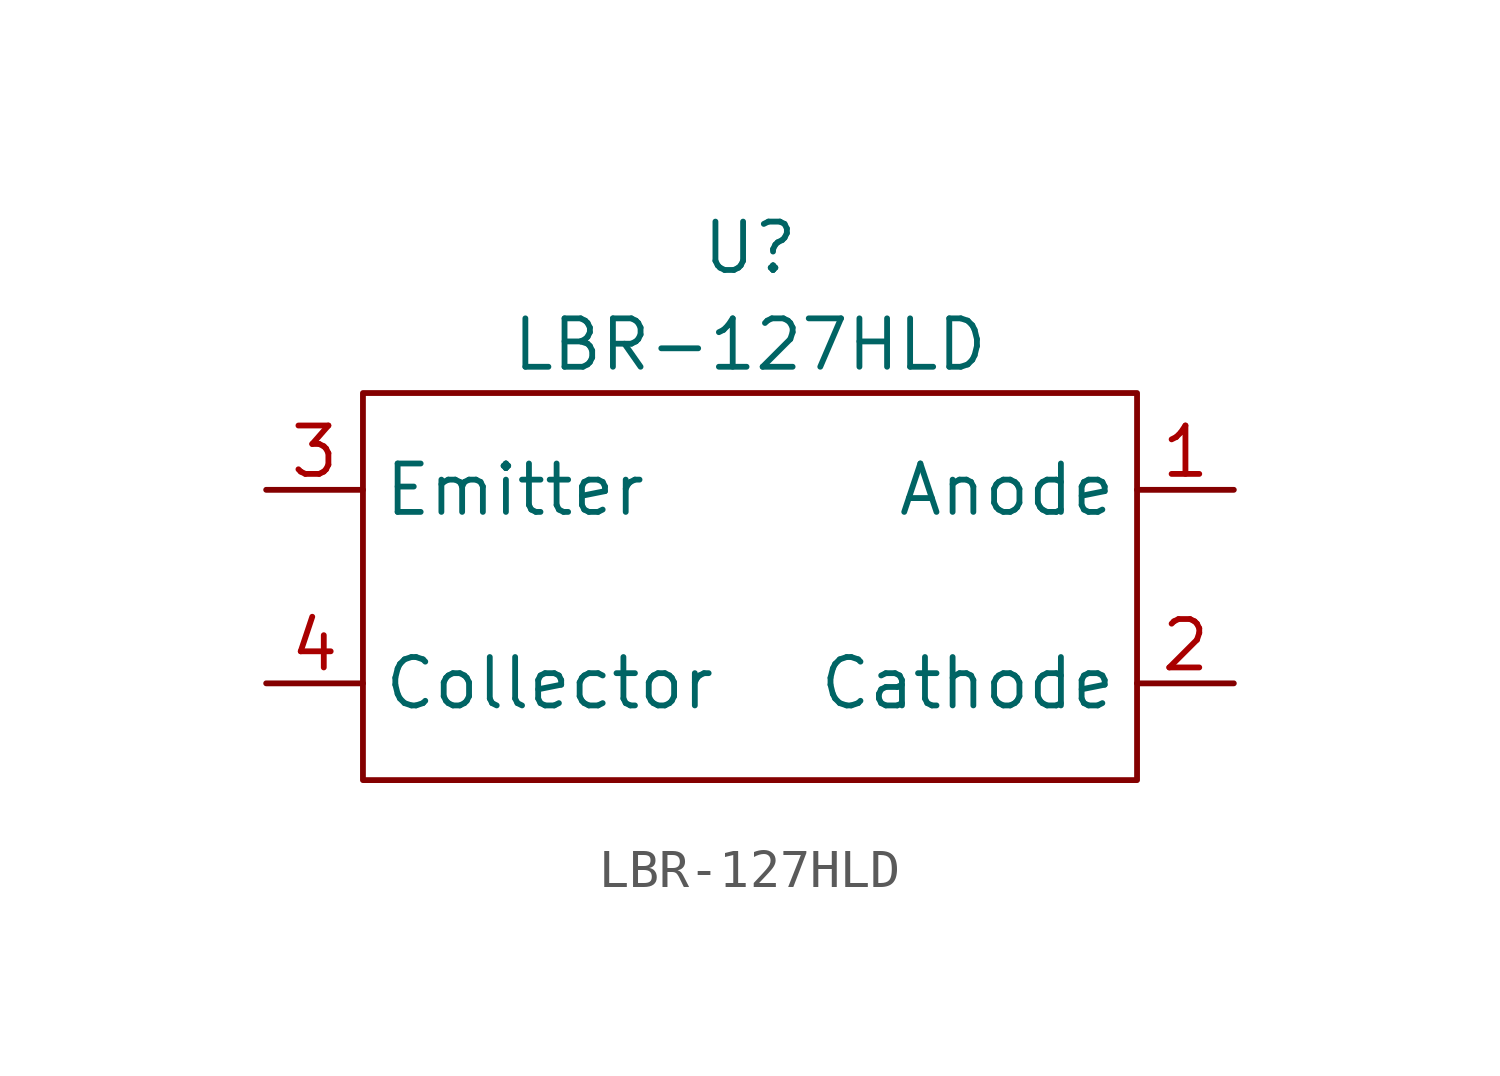
<source format=kicad_sym>
(kicad_symbol_lib
  (version 20220914)
  (generator kicad_symbol_editor)
  (symbol "LBR-127HLD"
    (property "Reference" "U"
      (at 0 8.89 0)
      (effects (font (size 1.27 1.27))))
    (property "Value" "LBR-127HLD"
      (at 0 6.35 0)
      (effects (font (size 1.27 1.27))))
    (symbol "LBR-127HLD_0_1"
      (rectangle (start -10.16 5.08) (end 10.16 -5.08) (stroke (width 0) (type default)) (fill (type none))))
    (symbol "LBR-127HLD_1_1"
      (pin input line (at 12.7 2.54 180) (length 2.54) (name "Anode" (effects (font (size 1.27 1.27)))) (number "1" (effects (font (size 1.27 1.27)))))
      (pin output line (at 12.7 -2.54 180) (length 2.54) (name "Cathode" (effects (font (size 1.27 1.27)))) (number "2" (effects (font (size 1.27 1.27)))))
      (pin input line (at -12.7 2.54 0) (length 2.54) (name "Emitter" (effects (font (size 1.27 1.27)))) (number "3" (effects (font (size 1.27 1.27)))))
      (pin output line (at -12.7 -2.54 0) (length 2.54) (name "Collector" (effects (font (size 1.27 1.27)))) (number "4" (effects (font (size 1.27 1.27))))))))
</source>
